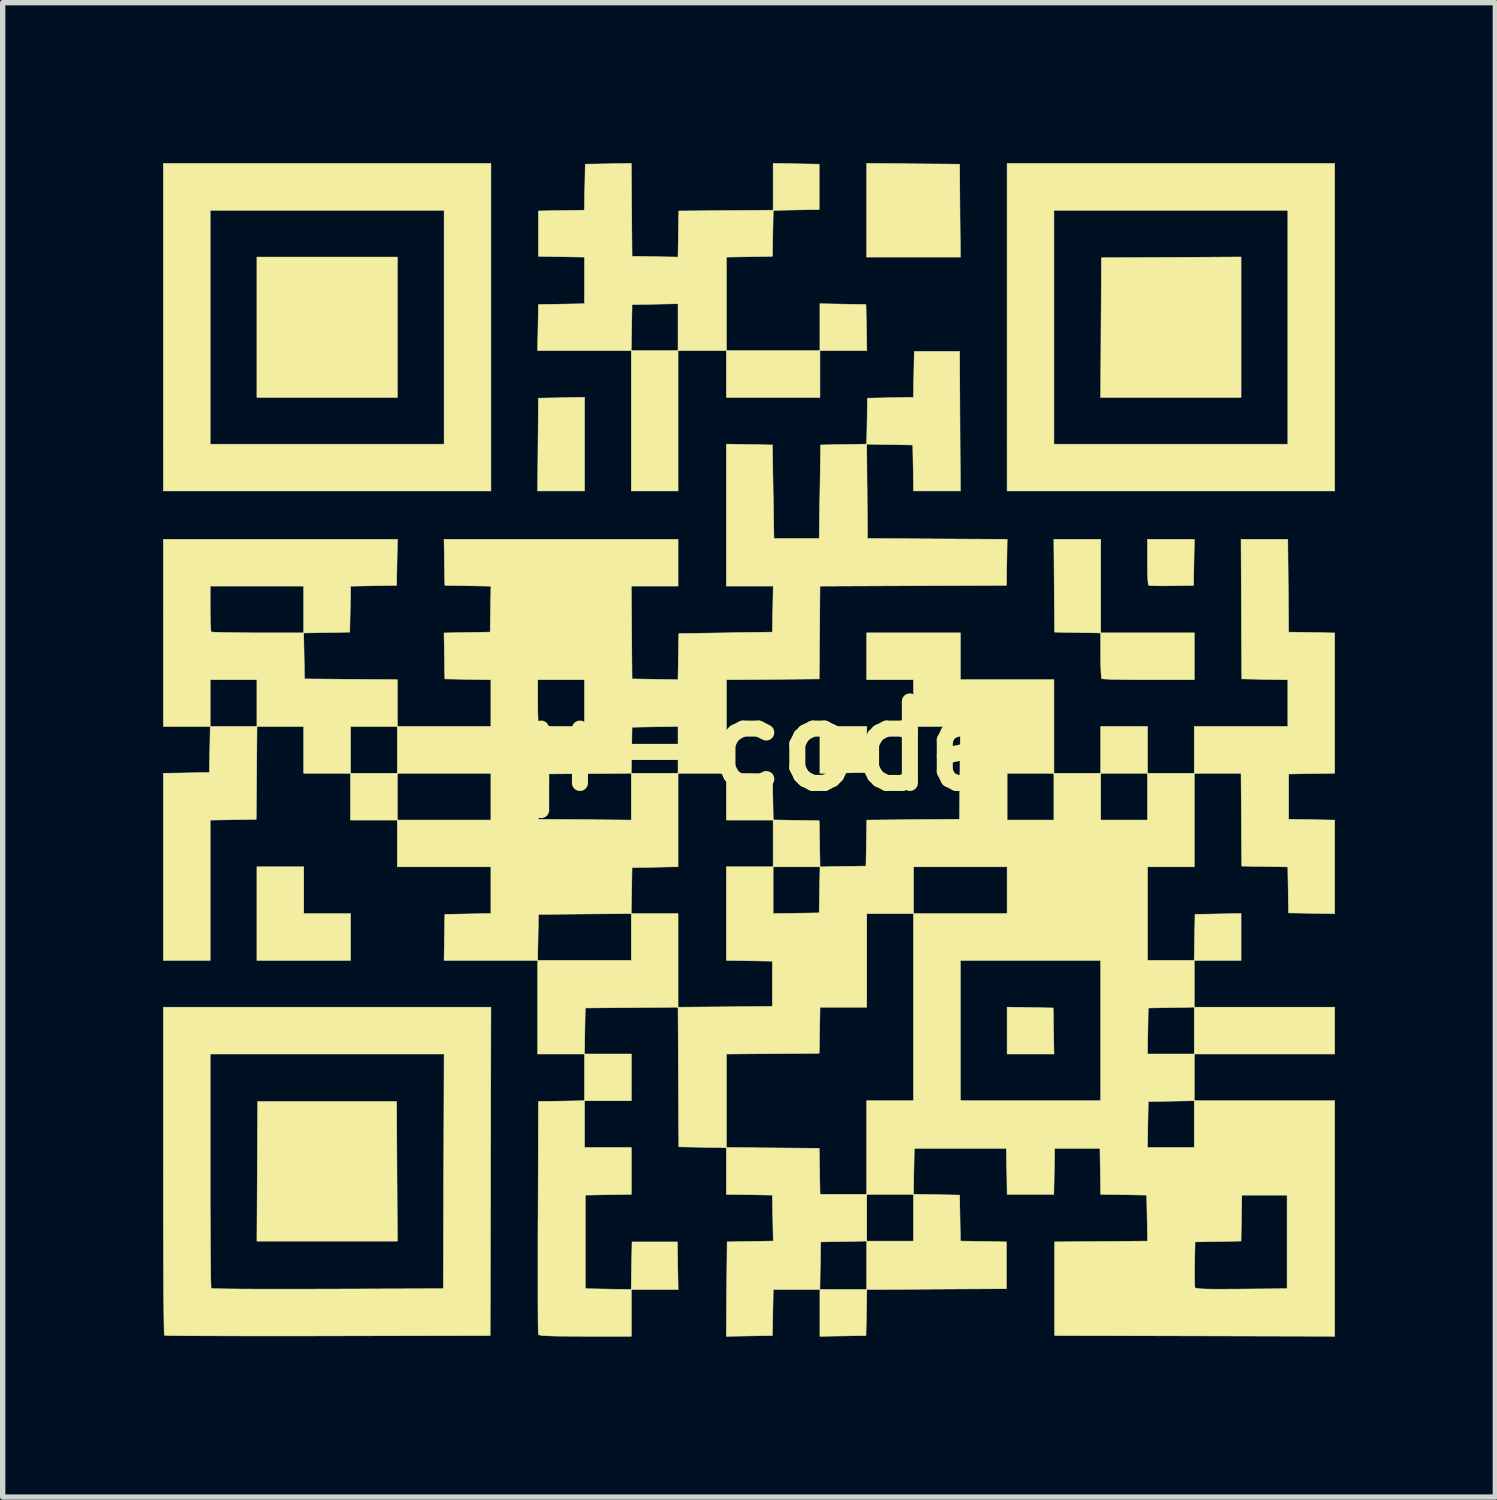
<source format=kicad_pcb>
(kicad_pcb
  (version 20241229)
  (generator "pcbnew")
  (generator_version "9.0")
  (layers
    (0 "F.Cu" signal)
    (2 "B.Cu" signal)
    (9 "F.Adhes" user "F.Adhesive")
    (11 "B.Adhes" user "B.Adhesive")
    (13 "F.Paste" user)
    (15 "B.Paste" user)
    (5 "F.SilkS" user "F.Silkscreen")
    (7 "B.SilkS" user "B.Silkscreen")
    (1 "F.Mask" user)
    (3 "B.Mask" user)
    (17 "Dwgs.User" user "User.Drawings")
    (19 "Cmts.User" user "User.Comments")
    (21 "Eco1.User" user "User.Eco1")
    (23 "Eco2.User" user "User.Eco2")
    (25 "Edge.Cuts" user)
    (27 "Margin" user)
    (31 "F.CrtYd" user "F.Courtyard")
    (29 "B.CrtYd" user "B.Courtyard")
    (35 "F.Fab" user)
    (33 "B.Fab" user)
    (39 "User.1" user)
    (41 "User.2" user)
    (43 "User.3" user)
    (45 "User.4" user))
  (footprint "qr-code"
    (layer "F.Cu")
    (at 10.842 10.9)
    (property "Reference" "qr-code" (at 0 0 0) (layer "F.SilkS") (effects (font (size 1.524 1.524) (thickness 0.3))))
    (attr through_hole)
    (fp_poly (pts (xy -6.463 -6.519) (xy -9.088 -6.519) (xy -9.088 -9.144) (xy -6.463 -9.144) (xy -6.463 -6.519)) (stroke (width 0.01) (type solid)) (fill yes) (layer "F.SilkS"))
    (fp_poly (pts (xy -1.214 -4.77) (xy -2.088 -4.77) (xy -2.088 -7.394) (xy -1.214 -7.394) (xy -1.214 -4.77)) (stroke (width 0.01) (type solid)) (fill yes) (layer "F.SilkS"))
    (fp_poly (pts (xy 1.439 -6.519) (xy -0.31 -6.519) (xy -0.31 -7.394) (xy 1.439 -7.394) (xy 1.439 -6.519)) (stroke (width 0.01) (type solid)) (fill yes) (layer "F.SilkS"))
    (fp_poly (pts (xy 11.063 5.757) (xy 8.438 5.757) (xy 8.438 4.882) (xy 11.063 4.882) (xy 11.063 5.757)) (stroke (width 0.01) (type solid)) (fill yes) (layer "F.SilkS"))
    (fp_poly (pts (xy -2.963 -4.77) (xy -3.839 -4.77) (xy -3.832 -5.637) (xy -3.824 -6.505) (xy -2.963 -6.521) (xy -2.963 -4.77)) (stroke (width 0.01) (type solid)) (fill yes) (layer "F.SilkS"))
    (fp_poly (pts (xy 5.8 4.897) (xy 5.807 5.327) (xy 5.815 5.757) (xy 4.939 5.757) (xy 4.939 4.881) (xy 5.8 4.897)) (stroke (width 0.01) (type solid)) (fill yes) (layer "F.SilkS"))
    (fp_poly (pts (xy -8.213 3.133) (xy -7.338 3.133) (xy -7.338 4.008) (xy -9.088 4.008) (xy -9.088 2.258) (xy -8.213 2.258) (xy -8.213 3.133)) (stroke (width 0.01) (type solid)) (fill yes) (layer "F.SilkS"))
    (fp_poly (pts (xy -6.47 7.952) (xy -6.462 9.257) (xy -9.088 9.257) (xy -9.081 7.952) (xy -9.073 6.646) (xy -6.477 6.646) (xy -6.47 7.952)) (stroke (width 0.01) (type solid)) (fill yes) (layer "F.SilkS"))
    (fp_poly (pts (xy 1.87 -8.263) (xy 2.3 -8.255) (xy 2.308 -7.825) (xy 2.316 -7.394) (xy 1.439 -7.394) (xy 1.439 -8.271) (xy 1.87 -8.263)) (stroke (width 0.01) (type solid)) (fill yes) (layer "F.SilkS"))
    (fp_poly (pts (xy 2.308 0.064) (xy 2.3 0.494) (xy 1.87 0.502) (xy 1.439 0.509) (xy 1.439 -0.367) (xy 2.316 -0.367) (xy 2.308 0.064)) (stroke (width 0.01) (type solid)) (fill yes) (layer "F.SilkS"))
    (fp_poly (pts (xy 3.182 -10.887) (xy 4.05 -10.88) (xy 4.057 -10.012) (xy 4.065 -9.144) (xy 2.314 -9.144) (xy 2.314 -10.895) (xy 3.182 -10.887)) (stroke (width 0.01) (type solid)) (fill yes) (layer "F.SilkS"))
    (fp_poly (pts (xy 9.313 -6.519) (xy 6.688 -6.519) (xy 6.695 -7.825) (xy 6.703 -9.13) (xy 8.008 -9.137) (xy 9.313 -9.145) (xy 9.313 -6.519)) (stroke (width 0.01) (type solid)) (fill yes) (layer "F.SilkS"))
    (fp_poly (pts (xy -4.713 -4.77) (xy -10.837 -4.77) (xy -10.837 -10.019) (xy -9.962 -10.019) (xy -9.962 -5.644) (xy -5.588 -5.644) (xy -5.588 -10.019) (xy -9.962 -10.019) (xy -10.837 -10.019) (xy -10.837 -10.894) (xy -4.713 -10.894) (xy -4.713 -4.77)) (stroke (width 0.01) (type solid)) (fill yes) (layer "F.SilkS"))
    (fp_poly (pts (xy 11.063 -4.77) (xy 4.939 -4.77) (xy 4.939 -10.019) (xy 5.814 -10.019) (xy 5.814 -5.644) (xy 10.188 -5.644) (xy 10.188 -10.019) (xy 5.814 -10.019) (xy 4.939 -10.019) (xy 4.939 -10.894) (xy 11.063 -10.894) (xy 11.063 -4.77)) (stroke (width 0.01) (type solid)) (fill yes) (layer "F.SilkS"))
    (fp_poly (pts (xy 8.432 -3.436) (xy 8.424 -3.006) (xy 8.013 -2.998) (xy 7.867 -2.996) (xy 7.74 -2.998) (xy 7.645 -3.001) (xy 7.591 -3.007) (xy 7.583 -3.01) (xy 7.576 -3.043) (xy 7.57 -3.123) (xy 7.566 -3.238) (xy 7.564 -3.379) (xy 7.564 -3.448) (xy 7.564 -3.866) (xy 8.44 -3.866) (xy 8.432 -3.436)) (stroke (width 0.01) (type solid)) (fill yes) (layer "F.SilkS"))
    (fp_poly (pts (xy 6.689 -2.117) (xy 8.438 -2.117) (xy 8.438 -1.242) (xy 7.582 -1.242) (xy 7.368 -1.242) (xy 7.172 -1.244) (xy 7.001 -1.247) (xy 6.863 -1.25) (xy 6.765 -1.254) (xy 6.713 -1.259) (xy 6.707 -1.261) (xy 6.701 -1.294) (xy 6.695 -1.374) (xy 6.691 -1.489) (xy 6.689 -1.629) (xy 6.689 -1.697) (xy 6.689 -2.115) (xy 6.258 -2.123) (xy 5.828 -2.131) (xy 5.82 -2.999) (xy 5.813 -3.866) (xy 6.689 -3.866) (xy 6.689 -2.117)) (stroke (width 0.01) (type solid)) (fill yes) (layer "F.SilkS"))
    (fp_poly (pts (xy 10.195 -2.999) (xy 10.202 -2.131) (xy 10.633 -2.123) (xy 11.063 -2.115) (xy 11.063 0.507) (xy 10.633 0.514) (xy 10.202 0.522) (xy 10.202 1.369) (xy 10.633 1.377) (xy 11.063 1.384) (xy 11.063 3.134) (xy 10.633 3.126) (xy 10.202 3.119) (xy 10.195 2.689) (xy 10.187 2.259) (xy 9.757 2.251) (xy 9.327 2.244) (xy 9.32 1.376) (xy 9.313 0.508) (xy 8.438 0.508) (xy 8.438 -0.367) (xy 10.188 -0.367) (xy 10.188 -1.24) (xy 9.758 -1.248) (xy 9.327 -1.256) (xy 9.32 -2.561) (xy 9.313 -3.866) (xy 10.187 -3.866) (xy 10.195 -2.999)) (stroke (width 0.01) (type solid)) (fill yes) (layer "F.SilkS"))
    (fp_poly (pts (xy 0.995 -10.887) (xy 1.425 -10.88) (xy 1.425 -10.033) (xy 0.996 -10.025) (xy 0.566 -10.017) (xy 0.55 -9.158) (xy 0.12 -9.15) (xy -0.31 -9.143) (xy -0.31 -7.394) (xy -1.214 -7.394) (xy -1.214 -8.271) (xy -1.644 -8.263) (xy -2.074 -8.255) (xy -2.09 -7.394) (xy -3.84 -7.394) (xy -3.832 -7.825) (xy -3.824 -8.255) (xy -3.394 -8.263) (xy -2.963 -8.271) (xy -2.963 -9.143) (xy -3.394 -9.15) (xy -3.824 -9.158) (xy -3.824 -10.005) (xy -3.394 -10.013) (xy -2.965 -10.02) (xy -2.949 -10.88) (xy -2.519 -10.887) (xy -2.089 -10.895) (xy -2.082 -10.027) (xy -2.074 -9.158) (xy -1.645 -9.15) (xy -1.215 -9.143) (xy -1.199 -10.005) (xy -0.318 -10.012) (xy 0.564 -10.02) (xy 0.564 -10.895) (xy 0.995 -10.887)) (stroke (width 0.01) (type solid)) (fill yes) (layer "F.SilkS"))
    (fp_poly (pts (xy -2.088 6.632) (xy -2.963 6.632) (xy -2.963 7.507) (xy -2.088 7.507) (xy -2.088 8.381) (xy -2.519 8.388) (xy -2.949 8.396) (xy -2.949 10.146) (xy -2.52 10.154) (xy -2.09 10.161) (xy -2.074 9.271) (xy -1.228 9.271) (xy -1.22 9.716) (xy -1.212 10.16) (xy -2.088 10.16) (xy -2.088 11.035) (xy -2.95 11.035) (xy -3.207 11.034) (xy -3.411 11.033) (xy -3.569 11.03) (xy -3.685 11.025) (xy -3.763 11.019) (xy -3.808 11.01) (xy -3.825 11) (xy -3.825 11) (xy -3.827 10.966) (xy -3.829 10.881) (xy -3.831 10.748) (xy -3.832 10.572) (xy -3.833 10.357) (xy -3.833 10.108) (xy -3.833 9.829) (xy -3.833 9.524) (xy -3.833 9.198) (xy -3.832 8.856) (xy -3.831 8.805) (xy -3.824 6.646) (xy -3.394 6.639) (xy -2.963 6.631) (xy -2.963 5.757) (xy -2.088 5.757) (xy -2.088 6.632)) (stroke (width 0.01) (type solid)) (fill yes) (layer "F.SilkS"))
    (fp_poly (pts (xy -4.727 11.021) (xy -7.763 11.028) (xy -8.173 11.029) (xy -8.566 11.029) (xy -8.94 11.029) (xy -9.29 11.029) (xy -9.614 11.028) (xy -9.907 11.027) (xy -10.166 11.026) (xy -10.387 11.025) (xy -10.566 11.023) (xy -10.701 11.021) (xy -10.786 11.019) (xy -10.818 11.016) (xy -10.818 11.016) (xy -10.821 10.986) (xy -10.823 10.903) (xy -10.826 10.771) (xy -10.828 10.593) (xy -10.83 10.374) (xy -10.832 10.116) (xy -10.833 9.824) (xy -10.835 9.502) (xy -10.836 9.152) (xy -10.837 8.778) (xy -10.837 8.385) (xy -10.837 7.975) (xy -10.837 7.94) (xy -10.837 5.757) (xy -9.962 5.757) (xy -9.962 7.94) (xy -9.962 8.286) (xy -9.962 8.615) (xy -9.96 8.924) (xy -9.959 9.208) (xy -9.957 9.462) (xy -9.955 9.683) (xy -9.953 9.865) (xy -9.95 10.005) (xy -9.947 10.098) (xy -9.944 10.14) (xy -9.943 10.141) (xy -9.913 10.144) (xy -9.83 10.147) (xy -9.7 10.149) (xy -9.526 10.151) (xy -9.313 10.153) (xy -9.066 10.154) (xy -8.789 10.154) (xy -8.485 10.154) (xy -8.16 10.154) (xy -7.818 10.153) (xy -7.763 10.153) (xy -5.602 10.146) (xy -5.595 7.952) (xy -5.588 5.757) (xy -9.962 5.757) (xy -10.837 5.757) (xy -10.837 4.882) (xy -4.713 4.882) (xy -4.727 11.021)) (stroke (width 0.01) (type solid)) (fill yes) (layer "F.SilkS"))
    (fp_poly (pts (xy 4.057 -6.075) (xy 4.065 -4.77) (xy 3.191 -4.77) (xy 3.183 -5.2) (xy 3.175 -5.63) (xy 2.313 -5.646) (xy 2.321 -4.763) (xy 2.328 -3.881) (xy 3.634 -3.873) (xy 4.94 -3.866) (xy 4.933 -3.436) (xy 4.925 -3.006) (xy 1.44 -2.991) (xy 1.425 -1.256) (xy 0.557 -1.248) (xy -0.31 -1.241) (xy -0.31 0.507) (xy 0.12 0.514) (xy 0.55 0.522) (xy 0.566 1.381) (xy 0.996 1.389) (xy 1.425 1.397) (xy 1.433 1.828) (xy 1.441 2.258) (xy 0.564 2.258) (xy 0.564 1.383) (xy -0.31 1.383) (xy -0.31 0.508) (xy -1.214 0.508) (xy -1.214 2.256) (xy -1.644 2.264) (xy -2.074 2.272) (xy -2.082 2.702) (xy -2.09 3.132) (xy -2.957 3.139) (xy -3.824 3.147) (xy -3.832 3.577) (xy -3.84 4.008) (xy -5.589 4.008) (xy -5.582 3.577) (xy -5.574 3.147) (xy -4.713 3.131) (xy -4.713 2.258) (xy -6.463 2.258) (xy -6.463 1.383) (xy -7.338 1.383) (xy -7.338 0.508) (xy -8.213 0.508) (xy -8.213 -0.367) (xy -7.338 -0.367) (xy -7.338 0.508) (xy -6.463 0.508) (xy -6.463 1.383) (xy -4.713 1.383) (xy -4.713 0.522) (xy -3.824 0.522) (xy -3.824 1.369) (xy -2.956 1.376) (xy -2.088 1.384) (xy -2.088 0.508) (xy -1.214 0.508) (xy -1.214 -0.368) (xy -1.644 -0.361) (xy -2.074 -0.353) (xy -2.082 0.077) (xy -2.09 0.507) (xy -2.957 0.515) (xy -3.824 0.522) (xy -4.713 0.522) (xy -4.713 0.508) (xy -6.463 0.508) (xy -6.463 -0.367) (xy -7.338 -0.367) (xy -8.213 -0.367) (xy -9.087 -0.367) (xy -9.094 0.501) (xy -9.102 1.369) (xy -9.532 1.377) (xy -9.962 1.384) (xy -9.962 4.008) (xy -10.837 4.008) (xy -10.837 0.509) (xy -10.407 0.502) (xy -9.977 0.494) (xy -9.961 -0.367) (xy -9.088 -0.367) (xy -9.088 -1.242) (xy -9.962 -1.242) (xy -9.962 -0.367) (xy -10.837 -0.367) (xy -10.837 -2.992) (xy -9.962 -2.992) (xy -9.962 -2.573) (xy -9.961 -2.425) (xy -9.958 -2.297) (xy -9.953 -2.2) (xy -9.947 -2.144) (xy -9.944 -2.135) (xy -9.912 -2.131) (xy -9.83 -2.127) (xy -9.707 -2.123) (xy -9.548 -2.12) (xy -9.361 -2.118) (xy -9.153 -2.117) (xy -9.069 -2.117) (xy -8.213 -2.117) (xy -8.213 -2.992) (xy -9.962 -2.992) (xy -10.837 -2.992) (xy -10.837 -3.866) (xy -6.461 -3.866) (xy -6.469 -3.436) (xy -6.477 -3.006) (xy -7.336 -2.99) (xy -7.344 -2.56) (xy -7.352 -2.131) (xy -7.783 -2.123) (xy -8.214 -2.115) (xy -8.206 -1.686) (xy -8.199 -1.256) (xy -7.331 -1.248) (xy -6.463 -1.241) (xy -6.463 -0.367) (xy -4.713 -0.367) (xy -4.713 -1.24) (xy -4.794 -1.242) (xy -3.838 -1.242) (xy -3.838 -0.823) (xy -3.837 -0.675) (xy -3.834 -0.547) (xy -3.829 -0.45) (xy -3.822 -0.394) (xy -3.819 -0.386) (xy -3.786 -0.379) (xy -3.706 -0.373) (xy -3.591 -0.369) (xy -3.451 -0.367) (xy -3.382 -0.367) (xy -2.963 -0.367) (xy -2.963 -1.242) (xy -3.838 -1.242) (xy -4.794 -1.242) (xy -5.144 -1.248) (xy -5.574 -1.256) (xy -5.582 -1.686) (xy -5.589 -2.115) (xy -5.158 -2.123) (xy -4.727 -2.131) (xy -4.719 -2.56) (xy -4.712 -2.99) (xy -5.143 -2.998) (xy -5.574 -3.006) (xy -5.582 -3.436) (xy -5.589 -3.866) (xy -1.214 -3.866) (xy -1.214 -2.992) (xy -2.089 -2.992) (xy -2.082 -2.124) (xy -2.074 -1.256) (xy -1.645 -1.248) (xy -1.215 -1.24) (xy -1.199 -2.103) (xy -0.325 -2.117) (xy 0.55 -2.131) (xy 0.566 -2.992) (xy -0.31 -2.992) (xy -0.31 -5.646) (xy 0.12 -5.638) (xy 0.55 -5.63) (xy 0.564 -4.755) (xy 0.579 -3.881) (xy 1.425 -3.881) (xy 1.439 -4.755) (xy 1.453 -5.63) (xy 2.313 -5.646) (xy 2.321 -6.076) (xy 2.328 -6.505) (xy 3.188 -6.521) (xy 3.195 -6.95) (xy 3.203 -7.38) (xy 4.05 -7.38) (xy 4.057 -6.075)) (stroke (width 0.01) (type solid)) (fill yes) (layer "F.SilkS"))
    (fp_poly (pts (xy 8.438 0.508) (xy 8.438 2.258) (xy 7.564 2.258) (xy 7.564 4.008) (xy 8.437 4.008) (xy 8.453 3.147) (xy 8.883 3.139) (xy 9.313 3.131) (xy 9.313 4.008) (xy 8.438 4.008) (xy 8.438 4.881) (xy 8.008 4.889) (xy 7.578 4.897) (xy 7.57 5.327) (xy 7.562 5.757) (xy 8.438 5.757) (xy 8.438 6.631) (xy 8.008 6.639) (xy 7.578 6.646) (xy 7.562 7.507) (xy 8.438 7.507) (xy 8.438 6.632) (xy 11.063 6.632) (xy 11.063 11.035) (xy 8.445 11.028) (xy 5.828 11.021) (xy 5.828 9.827) (xy 8.443 9.827) (xy 8.443 9.957) (xy 8.445 10.056) (xy 8.449 10.115) (xy 8.451 10.124) (xy 8.465 10.135) (xy 8.503 10.143) (xy 8.569 10.149) (xy 8.668 10.153) (xy 8.807 10.155) (xy 8.989 10.155) (xy 9.221 10.154) (xy 9.32 10.153) (xy 10.174 10.146) (xy 10.174 8.396) (xy 9.327 8.396) (xy 9.32 8.826) (xy 9.312 9.255) (xy 8.882 9.263) (xy 8.453 9.271) (xy 8.445 9.679) (xy 8.443 9.827) (xy 5.828 9.827) (xy 5.828 9.271) (xy 6.696 9.264) (xy 7.565 9.256) (xy 7.557 8.826) (xy 7.549 8.396) (xy 7.12 8.388) (xy 6.69 8.381) (xy 6.682 7.951) (xy 6.675 7.521) (xy 5.828 7.521) (xy 5.82 7.952) (xy 5.812 8.382) (xy 4.94 8.382) (xy 4.933 7.952) (xy 4.925 7.521) (xy 3.203 7.521) (xy 3.195 7.951) (xy 3.188 8.381) (xy 3.619 8.388) (xy 4.05 8.396) (xy 4.058 8.826) (xy 4.065 9.255) (xy 4.495 9.263) (xy 4.925 9.271) (xy 4.925 10.146) (xy 3.62 10.153) (xy 2.316 10.161) (xy 2.308 10.591) (xy 2.3 11.021) (xy 1.87 11.029) (xy 1.439 11.036) (xy 1.439 10.16) (xy 2.314 10.16) (xy 2.314 9.257) (xy 3.189 9.257) (xy 3.189 8.382) (xy 2.314 8.382) (xy 2.314 9.255) (xy 1.884 9.263) (xy 1.453 9.271) (xy 1.438 10.16) (xy 0.566 10.16) (xy 0.55 11.021) (xy 0.12 11.029) (xy -0.311 11.036) (xy -0.304 10.154) (xy -0.296 9.271) (xy 0.135 9.263) (xy 0.566 9.255) (xy 0.55 8.396) (xy 0.12 8.388) (xy -0.31 8.381) (xy -0.31 7.509) (xy -1.199 7.493) (xy -1.207 6.187) (xy -1.209 5.758) (xy -0.31 5.758) (xy -0.31 7.506) (xy 0.557 7.514) (xy 1.425 7.521) (xy 1.433 7.952) (xy 1.441 8.382) (xy 2.314 8.382) (xy 2.314 6.632) (xy 3.189 6.632) (xy 3.189 4.008) (xy 4.064 4.008) (xy 4.064 6.632) (xy 6.689 6.632) (xy 6.689 4.008) (xy 4.064 4.008) (xy 3.189 4.008) (xy 3.189 3.133) (xy 2.314 3.133) (xy 2.314 4.882) (xy 1.441 4.882) (xy 1.433 5.313) (xy 1.425 5.743) (xy 0.557 5.751) (xy -0.31 5.758) (xy -1.209 5.758) (xy -1.214 4.882) (xy -2.082 4.889) (xy -2.949 4.897) (xy -2.957 5.327) (xy -2.965 5.757) (xy -3.838 5.757) (xy -3.838 4.008) (xy -2.088 4.008) (xy -2.088 3.133) (xy -1.214 3.133) (xy -1.214 4.883) (xy -0.332 4.876) (xy 0.55 4.868) (xy 0.55 4.022) (xy 0.12 4.014) (xy -0.31 4.006) (xy -0.31 2.258) (xy 0.564 2.258) (xy 0.564 3.134) (xy 0.995 3.126) (xy 1.425 3.119) (xy 1.433 2.688) (xy 1.441 2.258) (xy 1.441 2.259) (xy 1.521 2.258) (xy 3.189 2.258) (xy 3.189 3.133) (xy 4.939 3.133) (xy 4.939 2.258) (xy 3.189 2.258) (xy 1.521 2.258) (xy 1.87 2.251) (xy 2.3 2.244) (xy 2.308 1.814) (xy 2.316 1.384) (xy 3.183 1.376) (xy 4.05 1.369) (xy 4.057 0.508) (xy 4.939 0.508) (xy 4.939 1.383) (xy 5.814 1.383) (xy 5.814 0.508) (xy 4.939 0.508) (xy 4.057 0.508) (xy 4.057 0.501) (xy 4.065 -0.367) (xy 3.189 -0.367) (xy 3.189 -1.242) (xy 2.314 -1.242) (xy 2.314 -2.117) (xy 4.064 -2.117) (xy 4.064 -1.242) (xy 5.814 -1.242) (xy 5.814 0.508) (xy 6.689 0.508) (xy 6.689 1.383) (xy 7.564 1.383) (xy 7.564 0.508) (xy 6.689 0.508) (xy 6.689 -0.367) (xy 7.564 -0.367) (xy 7.564 0.508) (xy 8.438 0.508)) (stroke (width 0.01) (type solid)) (fill yes) (layer "F.SilkS")))
  (gr_rect
    (start -3 -3)
    (end 24.91 24.942)
    (stroke (width 0.1) (type default))
    (fill no)
    (layer "Edge.Cuts")))
</source>
